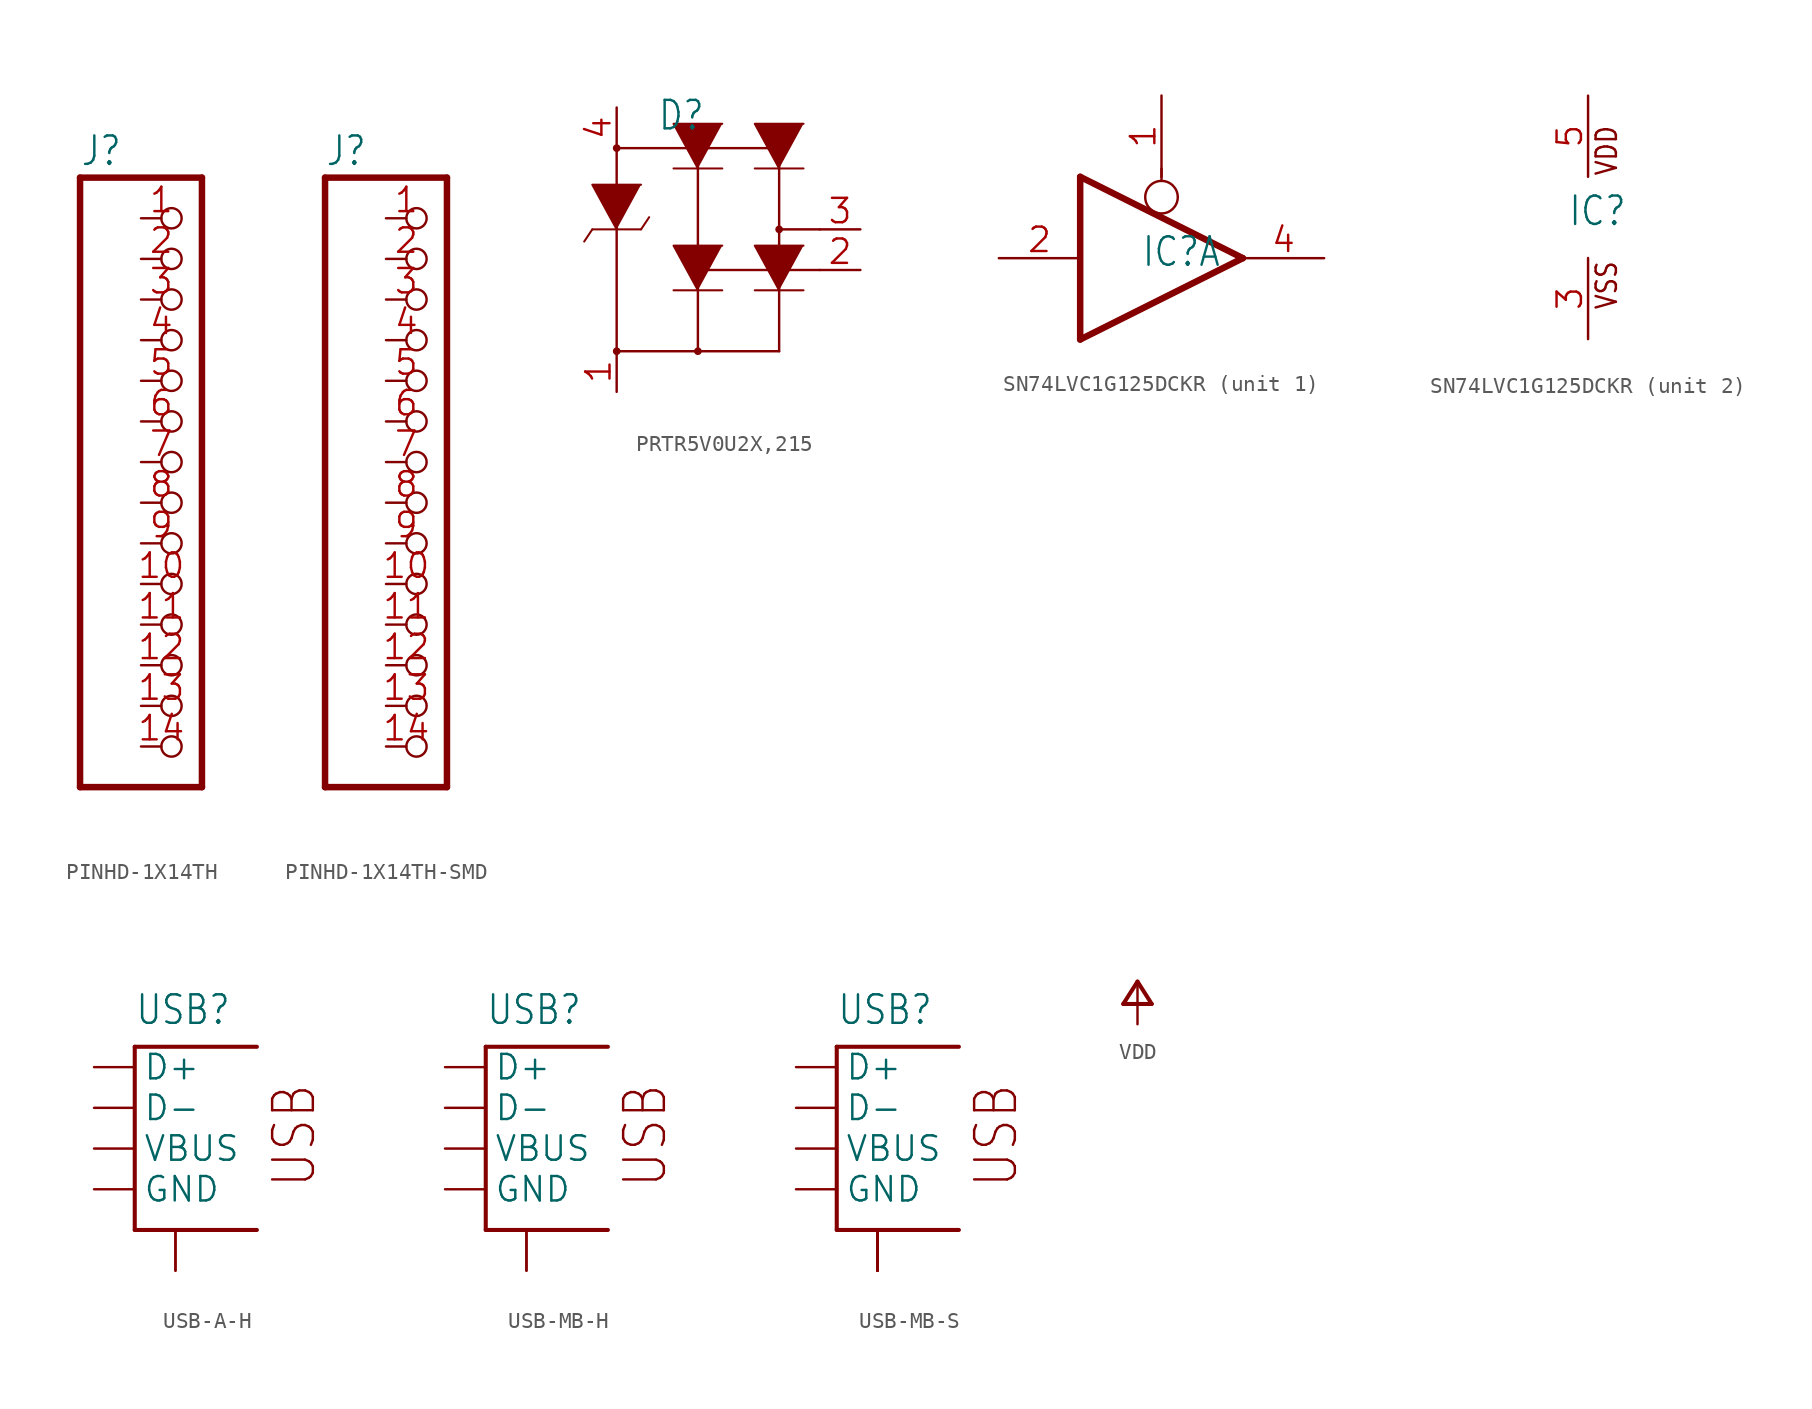
<source format=kicad_sym>
(kicad_symbol_lib
  (version 20241209)
  (generator "kicad_symbol_editor")
  (generator_version "9.0")
  (symbol "PINHD-1X14TH"
    (property "Reference" "J"
      (at -6.35 18.415 0)
      (effects (font (size 1.778 1.511)) (justify left bottom)))
    (property "ki_locked" ""
      (at 0 0 0)
      (effects (font (size 1.27 1.27))))
    (symbol "PINHD-1X14TH_1_0"
      (polyline (pts (xy -6.35 17.78) (xy -6.35 -20.32)) (stroke (width 0.406) (type solid)) (fill (type none)))
      (polyline (pts (xy -6.35 -20.32) (xy 1.27 -20.32)) (stroke (width 0.406) (type solid)) (fill (type none)))
      (polyline (pts (xy 1.27 17.78) (xy -6.35 17.78)) (stroke (width 0.406) (type solid)) (fill (type none)))
      (polyline (pts (xy 1.27 -20.32) (xy 1.27 17.78)) (stroke (width 0.406) (type solid)) (fill (type none)))
      (pin passive inverted (at -2.54 15.24 0) (length 2.54) (name "1" (effects (font (size 0 0)))) (number "1" (effects (font (size 1.524 1.524)))))
      (pin passive inverted (at -2.54 12.7 0) (length 2.54) (name "2" (effects (font (size 0 0)))) (number "2" (effects (font (size 1.524 1.524)))))
      (pin passive inverted (at -2.54 10.16 0) (length 2.54) (name "3" (effects (font (size 0 0)))) (number "3" (effects (font (size 1.524 1.524)))))
      (pin passive inverted (at -2.54 7.62 0) (length 2.54) (name "4" (effects (font (size 0 0)))) (number "4" (effects (font (size 1.524 1.524)))))
      (pin passive inverted (at -2.54 5.08 0) (length 2.54) (name "5" (effects (font (size 0 0)))) (number "5" (effects (font (size 1.524 1.524)))))
      (pin passive inverted (at -2.54 2.54 0) (length 2.54) (name "6" (effects (font (size 0 0)))) (number "6" (effects (font (size 1.524 1.524)))))
      (pin passive inverted (at -2.54 0 0) (length 2.54) (name "7" (effects (font (size 0 0)))) (number "7" (effects (font (size 1.524 1.524)))))
      (pin passive inverted (at -2.54 -2.54 0) (length 2.54) (name "8" (effects (font (size 0 0)))) (number "8" (effects (font (size 1.524 1.524)))))
      (pin passive inverted (at -2.54 -5.08 0) (length 2.54) (name "9" (effects (font (size 0 0)))) (number "9" (effects (font (size 1.524 1.524)))))
      (pin passive inverted (at -2.54 -7.62 0) (length 2.54) (name "10" (effects (font (size 0 0)))) (number "10" (effects (font (size 1.524 1.524)))))
      (pin passive inverted (at -2.54 -10.16 0) (length 2.54) (name "11" (effects (font (size 0 0)))) (number "11" (effects (font (size 1.524 1.524)))))
      (pin passive inverted (at -2.54 -12.7 0) (length 2.54) (name "12" (effects (font (size 0 0)))) (number "12" (effects (font (size 1.524 1.524)))))
      (pin passive inverted (at -2.54 -15.24 0) (length 2.54) (name "13" (effects (font (size 0 0)))) (number "13" (effects (font (size 1.524 1.524)))))
      (pin passive inverted (at -2.54 -17.78 0) (length 2.54) (name "14" (effects (font (size 0 0)))) (number "14" (effects (font (size 1.524 1.524)))))))
  (symbol "PINHD-1X14TH-SMD"
    (property "Reference" "J"
      (at -6.35 18.415 0)
      (effects (font (size 1.778 1.511)) (justify left bottom)))
    (property "ki_locked" ""
      (at 0 0 0)
      (effects (font (size 1.27 1.27))))
    (symbol "PINHD-1X14TH-SMD_1_0"
      (polyline (pts (xy -6.35 17.78) (xy -6.35 -20.32)) (stroke (width 0.406) (type solid)) (fill (type none)))
      (polyline (pts (xy -6.35 -20.32) (xy 1.27 -20.32)) (stroke (width 0.406) (type solid)) (fill (type none)))
      (polyline (pts (xy 1.27 17.78) (xy -6.35 17.78)) (stroke (width 0.406) (type solid)) (fill (type none)))
      (polyline (pts (xy 1.27 -20.32) (xy 1.27 17.78)) (stroke (width 0.406) (type solid)) (fill (type none)))
      (pin passive inverted (at -2.54 15.24 0) (length 2.54) (name "1" (effects (font (size 0 0)))) (number "1" (effects (font (size 1.524 1.524)))))
      (pin passive inverted (at -2.54 12.7 0) (length 2.54) (name "2" (effects (font (size 0 0)))) (number "2" (effects (font (size 1.524 1.524)))))
      (pin passive inverted (at -2.54 10.16 0) (length 2.54) (name "3" (effects (font (size 0 0)))) (number "3" (effects (font (size 1.524 1.524)))))
      (pin passive inverted (at -2.54 7.62 0) (length 2.54) (name "4" (effects (font (size 0 0)))) (number "4" (effects (font (size 1.524 1.524)))))
      (pin passive inverted (at -2.54 5.08 0) (length 2.54) (name "5" (effects (font (size 0 0)))) (number "5" (effects (font (size 1.524 1.524)))))
      (pin passive inverted (at -2.54 2.54 0) (length 2.54) (name "6" (effects (font (size 0 0)))) (number "6" (effects (font (size 1.524 1.524)))))
      (pin passive inverted (at -2.54 0 0) (length 2.54) (name "7" (effects (font (size 0 0)))) (number "7" (effects (font (size 1.524 1.524)))))
      (pin passive inverted (at -2.54 -2.54 0) (length 2.54) (name "8" (effects (font (size 0 0)))) (number "8" (effects (font (size 1.524 1.524)))))
      (pin passive inverted (at -2.54 -5.08 0) (length 2.54) (name "9" (effects (font (size 0 0)))) (number "9" (effects (font (size 1.524 1.524)))))
      (pin passive inverted (at -2.54 -7.62 0) (length 2.54) (name "10" (effects (font (size 0 0)))) (number "10" (effects (font (size 1.524 1.524)))))
      (pin passive inverted (at -2.54 -10.16 0) (length 2.54) (name "11" (effects (font (size 0 0)))) (number "11" (effects (font (size 1.524 1.524)))))
      (pin passive inverted (at -2.54 -12.7 0) (length 2.54) (name "12" (effects (font (size 0 0)))) (number "12" (effects (font (size 1.524 1.524)))))
      (pin passive inverted (at -2.54 -15.24 0) (length 2.54) (name "13" (effects (font (size 0 0)))) (number "13" (effects (font (size 1.524 1.524)))))
      (pin passive inverted (at -2.54 -17.78 0) (length 2.54) (name "14" (effects (font (size 0 0)))) (number "14" (effects (font (size 1.524 1.524)))))))
  (symbol "PRTR5V0U2X,215"
    (property "Reference" "D"
      (at -2.54 6.096 0)
      (effects (font (size 1.778 1.511)) (justify left bottom)))
    (property "Value" ""
      (at -2.54 -9.652 0)
      (effects (font (size 1.778 1.511)) (justify left bottom)))
    (property "ki_locked" ""
      (at 0 0 0)
      (effects (font (size 1.27 1.27))))
    (symbol "PRTR5V0U2X,215_1_0"
      (polyline (pts (xy -6.604 0) (xy -7.112 -0.762)) (stroke (width 0.127) (type solid)) (fill (type none)))
      (polyline (pts (xy -6.604 0) (xy -3.556 0)) (stroke (width 0.127) (type solid)) (fill (type none)))
      (circle (center -5.08 5.08) (radius 0.102) (stroke (width 0.127) (type solid)) (fill (type none)))
      (circle (center -5.08 5.08) (radius 0.178) (stroke (width 0.127) (type solid)) (fill (type none)))
      (polyline (pts (xy -5.08 5.08) (xy -5.08 -7.62)) (stroke (width 0.152) (type solid)) (fill (type none)))
      (polyline (pts (xy -5.08 5.08) (xy 5.08 5.08)) (stroke (width 0.152) (type solid)) (fill (type none)))
      (polyline (pts (xy -5.08 0) (xy -6.604 2.794) (xy -3.556 2.794)) (stroke (width 0.127) (type solid)) (fill (type outline)))
      (circle (center -5.08 -7.62) (radius 0.102) (stroke (width 0.127) (type solid)) (fill (type none)))
      (circle (center -5.08 -7.62) (radius 0.178) (stroke (width 0.127) (type solid)) (fill (type none)))
      (polyline (pts (xy -5.08 -7.62) (xy 5.08 -7.62)) (stroke (width 0.152) (type solid)) (fill (type none)))
      (polyline (pts (xy -3.048 0.762) (xy -3.556 0)) (stroke (width 0.127) (type solid)) (fill (type none)))
      (polyline (pts (xy -1.524 3.81) (xy 1.524 3.81)) (stroke (width 0.127) (type solid)) (fill (type none)))
      (polyline (pts (xy -1.524 -3.81) (xy 1.524 -3.81)) (stroke (width 0.127) (type solid)) (fill (type none)))
      (circle (center 0 5.08) (radius 0.102) (stroke (width 0.127) (type solid)) (fill (type none)))
      (circle (center 0 5.08) (radius 0.178) (stroke (width 0.127) (type solid)) (fill (type none)))
      (polyline (pts (xy 0 3.81) (xy -1.524 6.604) (xy 1.524 6.604)) (stroke (width 0.127) (type solid)) (fill (type outline)))
      (polyline (pts (xy 0 -2.54) (xy 7.62 -2.54)) (stroke (width 0.152) (type solid)) (fill (type none)))
      (circle (center 0 -2.54) (radius 0.102) (stroke (width 0.127) (type solid)) (fill (type none)))
      (circle (center 0 -2.54) (radius 0.178) (stroke (width 0.127) (type solid)) (fill (type none)))
      (polyline (pts (xy 0 -3.81) (xy -1.524 -1.016) (xy 1.524 -1.016)) (stroke (width 0.127) (type solid)) (fill (type outline)))
      (polyline (pts (xy 0 -7.62) (xy 0 5.08)) (stroke (width 0.152) (type solid)) (fill (type none)))
      (circle (center 0 -7.62) (radius 0.102) (stroke (width 0.127) (type solid)) (fill (type none)))
      (circle (center 0 -7.62) (radius 0.178) (stroke (width 0.127) (type solid)) (fill (type none)))
      (polyline (pts (xy 3.556 3.81) (xy 6.604 3.81)) (stroke (width 0.127) (type solid)) (fill (type none)))
      (polyline (pts (xy 3.556 -3.81) (xy 6.604 -3.81)) (stroke (width 0.127) (type solid)) (fill (type none)))
      (polyline (pts (xy 5.08 3.81) (xy 3.556 6.604) (xy 6.604 6.604)) (stroke (width 0.127) (type solid)) (fill (type outline)))
      (polyline (pts (xy 5.08 0) (xy 7.62 0)) (stroke (width 0.152) (type solid)) (fill (type none)))
      (circle (center 5.08 0) (radius 0.102) (stroke (width 0.127) (type solid)) (fill (type none)))
      (circle (center 5.08 0) (radius 0.178) (stroke (width 0.127) (type solid)) (fill (type none)))
      (polyline (pts (xy 5.08 -3.81) (xy 3.556 -1.016) (xy 6.604 -1.016)) (stroke (width 0.127) (type solid)) (fill (type outline)))
      (polyline (pts (xy 5.08 -7.62) (xy 5.08 5.08)) (stroke (width 0.152) (type solid)) (fill (type none)))
      (pin passive line (at -5.08 7.62 270) (length 2.54) (name "4" (effects (font (size 0 0)))) (number "4" (effects (font (size 1.524 1.524)))))
      (pin passive line (at -5.08 -10.16 90) (length 2.54) (name "1" (effects (font (size 0 0)))) (number "1" (effects (font (size 1.524 1.524)))))
      (pin passive line (at 10.16 0 180) (length 2.54) (name "3" (effects (font (size 0 0)))) (number "3" (effects (font (size 1.524 1.524)))))
      (pin passive line (at 10.16 -2.54 180) (length 2.54) (name "2" (effects (font (size 0 0)))) (number "2" (effects (font (size 1.524 1.524)))))))
  (symbol "SN74LVC1G125DCKR"
    (property "Reference" "IC"
      (at -1.27 -0.635 0)
      (effects (font (size 1.778 1.511)) (justify left bottom)))
    (property "ki_locked" ""
      (at 0 0 0)
      (effects (font (size 1.27 1.27))))
    (symbol "SN74LVC1G125DCKR_1_0"
      (polyline (pts (xy -5.08 -5.08) (xy -5.08 5.08)) (stroke (width 0.406) (type solid)) (fill (type none)))
      (polyline (pts (xy 0 4.826) (xy 0 5.588)) (stroke (width 0.152) (type solid)) (fill (type none)))
      (circle (center 0 3.81) (radius 1.016) (stroke (width 0.152) (type solid)) (fill (type none)))
      (polyline (pts (xy 5.08 0) (xy -5.08 5.08)) (stroke (width 0.406) (type solid)) (fill (type none)))
      (polyline (pts (xy 5.08 0) (xy -5.08 -5.08)) (stroke (width 0.406) (type solid)) (fill (type none)))
      (pin input line (at -10.16 0 0) (length 5.08) (name "I" (effects (font (size 0 0)))) (number "2" (effects (font (size 1.524 1.524)))))
      (pin input line (at 0 10.16 270) (length 5.08) (name "OE" (effects (font (size 0 0)))) (number "1" (effects (font (size 1.524 1.524)))))
      (pin tri_state line (at 10.16 0 180) (length 5.08) (name "O" (effects (font (size 0 0)))) (number "4" (effects (font (size 1.524 1.524))))))
    (symbol "SN74LVC1G125DCKR_2_0"
      (text "VDD" (at 1.905 2.54 900) (effects (font (size 1.27 1.079)) (justify left bottom)))
      (text "VSS" (at 1.905 -5.842 900) (effects (font (size 1.27 1.079)) (justify left bottom)))
      (pin power_in line (at 0 7.62 270) (length 5.08) (name "VDD" (effects (font (size 0 0)))) (number "5" (effects (font (size 1.524 1.524)))))
      (pin power_in line (at 0 -7.62 90) (length 5.08) (name "VSS" (effects (font (size 0 0)))) (number "3" (effects (font (size 1.524 1.524)))))))
  (symbol "USB-A-H"
    (property "Reference" "USB"
      (at 0 10.16 0)
      (effects (font (size 1.778 1.511)) (justify left bottom)))
    (property "ki_locked" ""
      (at 0 0 0)
      (effects (font (size 1.27 1.27))))
    (symbol "USB-A-H_1_0"
      (polyline (pts (xy 0 8.89) (xy 0 -2.54)) (stroke (width 0.254) (type solid)) (fill (type none)))
      (polyline (pts (xy 0 -2.54) (xy 7.62 -2.54)) (stroke (width 0.254) (type solid)) (fill (type none)))
      (polyline (pts (xy 7.62 8.89) (xy 0 8.89)) (stroke (width 0.254) (type solid)) (fill (type none)))
      (text "USB" (at 11.43 0 900) (effects (font (size 2.54 2.159)) (justify left bottom)))
      (pin bidirectional line (at -2.54 7.62 0) (length 2.54) (name "D+" (effects (font (size 1.524 1.524)))) (number "D+" (effects (font (size 0 0)))))
      (pin bidirectional line (at -2.54 5.08 0) (length 2.54) (name "D-" (effects (font (size 1.524 1.524)))) (number "D-" (effects (font (size 0 0)))))
      (pin bidirectional line (at -2.54 2.54 0) (length 2.54) (name "VBUS" (effects (font (size 1.524 1.524)))) (number "VBUS" (effects (font (size 0 0)))))
      (pin bidirectional line (at -2.54 0 0) (length 2.54) (name "GND" (effects (font (size 1.524 1.524)))) (number "GND" (effects (font (size 0 0)))))
      (pin bidirectional line (at 2.54 -5.08 90) (length 2.54) (name "SHIELD" (effects (font (size 0 0)))) (number "SHIELD1" (effects (font (size 0 0)))))
      (pin bidirectional line (at 2.54 -5.08 90) (length 2.54) (name "SHIELD" (effects (font (size 0 0)))) (number "SHIELD2" (effects (font (size 0 0)))))))
  (symbol "USB-MB-H"
    (property "Reference" "USB"
      (at 0 10.16 0)
      (effects (font (size 1.778 1.511)) (justify left bottom)))
    (property "ki_locked" ""
      (at 0 0 0)
      (effects (font (size 1.27 1.27))))
    (symbol "USB-MB-H_1_0"
      (polyline (pts (xy 0 8.89) (xy 0 -2.54)) (stroke (width 0.254) (type solid)) (fill (type none)))
      (polyline (pts (xy 0 -2.54) (xy 7.62 -2.54)) (stroke (width 0.254) (type solid)) (fill (type none)))
      (polyline (pts (xy 7.62 8.89) (xy 0 8.89)) (stroke (width 0.254) (type solid)) (fill (type none)))
      (text "USB" (at 11.43 0 900) (effects (font (size 2.54 2.159)) (justify left bottom)))
      (pin bidirectional line (at -2.54 7.62 0) (length 2.54) (name "D+" (effects (font (size 1.524 1.524)))) (number "D+" (effects (font (size 0 0)))))
      (pin bidirectional line (at -2.54 5.08 0) (length 2.54) (name "D-" (effects (font (size 1.524 1.524)))) (number "D-" (effects (font (size 0 0)))))
      (pin bidirectional line (at -2.54 2.54 0) (length 2.54) (name "VBUS" (effects (font (size 1.524 1.524)))) (number "VBUS" (effects (font (size 0 0)))))
      (pin bidirectional line (at -2.54 0 0) (length 2.54) (name "GND" (effects (font (size 1.524 1.524)))) (number "GND" (effects (font (size 0 0)))))
      (pin bidirectional line (at 2.54 -5.08 90) (length 2.54) (name "SHIELD" (effects (font (size 0 0)))) (number "SHIELD1" (effects (font (size 0 0)))))
      (pin bidirectional line (at 2.54 -5.08 90) (length 2.54) (name "SHIELD" (effects (font (size 0 0)))) (number "SHIELD2" (effects (font (size 0 0)))))))
  (symbol "USB-MB-S"
    (property "Reference" "USB"
      (at 0 10.16 0)
      (effects (font (size 1.778 1.511)) (justify left bottom)))
    (property "ki_locked" ""
      (at 0 0 0)
      (effects (font (size 1.27 1.27))))
    (symbol "USB-MB-S_1_0"
      (polyline (pts (xy 0 8.89) (xy 0 -2.54)) (stroke (width 0.254) (type solid)) (fill (type none)))
      (polyline (pts (xy 0 -2.54) (xy 7.62 -2.54)) (stroke (width 0.254) (type solid)) (fill (type none)))
      (polyline (pts (xy 7.62 8.89) (xy 0 8.89)) (stroke (width 0.254) (type solid)) (fill (type none)))
      (text "USB" (at 11.43 0 900) (effects (font (size 2.54 2.159)) (justify left bottom)))
      (pin bidirectional line (at -2.54 7.62 0) (length 2.54) (name "D+" (effects (font (size 1.524 1.524)))) (number "D+" (effects (font (size 0 0)))))
      (pin bidirectional line (at -2.54 5.08 0) (length 2.54) (name "D-" (effects (font (size 1.524 1.524)))) (number "D-" (effects (font (size 0 0)))))
      (pin bidirectional line (at -2.54 2.54 0) (length 2.54) (name "VBUS" (effects (font (size 1.524 1.524)))) (number "VBUS" (effects (font (size 0 0)))))
      (pin bidirectional line (at -2.54 0 0) (length 2.54) (name "GND" (effects (font (size 1.524 1.524)))) (number "GND" (effects (font (size 0 0)))))
      (pin bidirectional line (at 2.54 -5.08 90) (length 2.54) (name "SHIELD" (effects (font (size 0 0)))) (number "SHIELD1" (effects (font (size 0 0)))))
      (pin bidirectional line (at 2.54 -5.08 90) (length 2.54) (name "SHIELD" (effects (font (size 0 0)))) (number "SHIELD2" (effects (font (size 0 0)))))
      (pin bidirectional line (at 2.54 -5.08 90) (length 2.54) (name "SHIELD" (effects (font (size 0 0)))) (number "SHIELD3" (effects (font (size 0 0)))))
      (pin bidirectional line (at 2.54 -5.08 90) (length 2.54) (name "SHIELD" (effects (font (size 0 0)))) (number "SHIELD4" (effects (font (size 0 0)))))
      (pin bidirectional line (at 2.54 -5.08 90) (length 2.54) (name "SHIELD" (effects (font (size 0 0)))) (number "SHIELD5" (effects (font (size 0 0)))))
      (pin bidirectional line (at 2.54 -5.08 90) (length 2.54) (name "SHIELD" (effects (font (size 0 0)))) (number "SHIELD6" (effects (font (size 0 0)))))))
  (symbol "VDD"
    (power)
    (property "Reference" "#VDD"
      (at 0 0 0)
      (effects (font (size 1.27 1.27)) (hide yes)))
    (property "Value" ""
      (at 0 0.508 0)
      (effects (font (size 1.778 1.511)) (justify bottom)))
    (property "ki_locked" ""
      (at 0 0 0)
      (effects (font (size 1.27 1.27))))
    (symbol "VDD_1_0"
      (polyline (pts (xy -0.889 -1.27) (xy 0.889 -1.27)) (stroke (width 0.254) (type solid)) (fill (type none)))
      (polyline (pts (xy 0 0.127) (xy -0.889 -1.27)) (stroke (width 0.254) (type solid)) (fill (type none)))
      (polyline (pts (xy 0.889 -1.27) (xy 0 0.127)) (stroke (width 0.254) (type solid)) (fill (type none)))
      (pin power_in line (at 0 -2.54 90) (length 2.54) (name "+1V" (effects (font (size 0 0)))) (number "1" (effects (font (size 0 0))))))))
</source>
